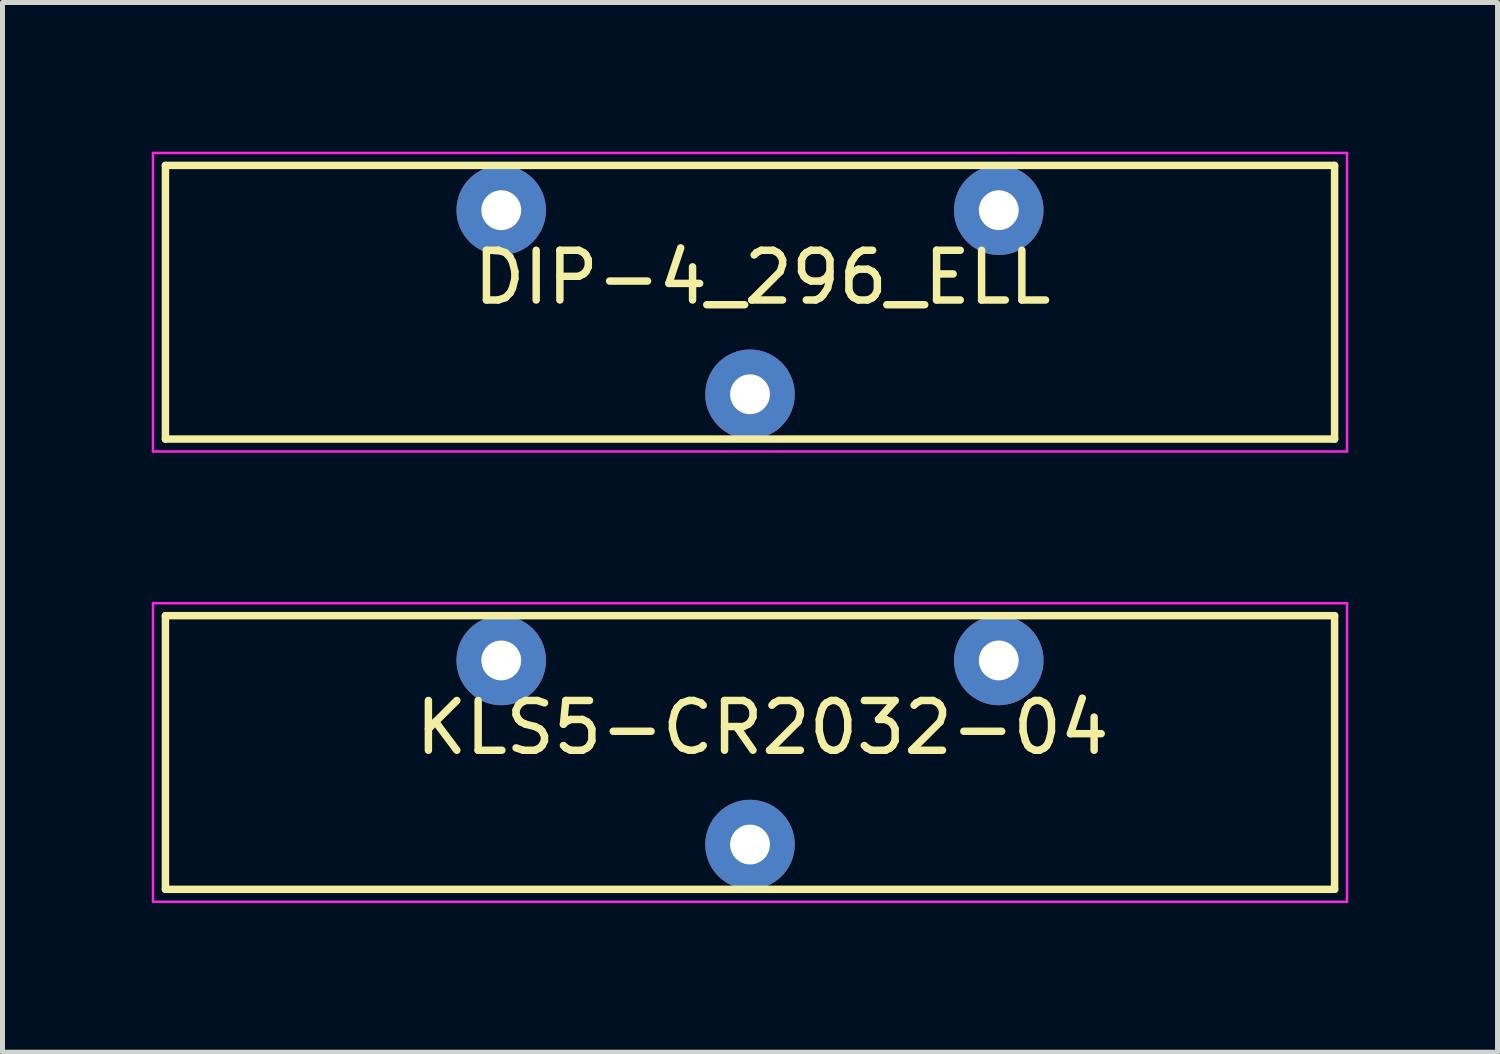
<source format=kicad_pcb>
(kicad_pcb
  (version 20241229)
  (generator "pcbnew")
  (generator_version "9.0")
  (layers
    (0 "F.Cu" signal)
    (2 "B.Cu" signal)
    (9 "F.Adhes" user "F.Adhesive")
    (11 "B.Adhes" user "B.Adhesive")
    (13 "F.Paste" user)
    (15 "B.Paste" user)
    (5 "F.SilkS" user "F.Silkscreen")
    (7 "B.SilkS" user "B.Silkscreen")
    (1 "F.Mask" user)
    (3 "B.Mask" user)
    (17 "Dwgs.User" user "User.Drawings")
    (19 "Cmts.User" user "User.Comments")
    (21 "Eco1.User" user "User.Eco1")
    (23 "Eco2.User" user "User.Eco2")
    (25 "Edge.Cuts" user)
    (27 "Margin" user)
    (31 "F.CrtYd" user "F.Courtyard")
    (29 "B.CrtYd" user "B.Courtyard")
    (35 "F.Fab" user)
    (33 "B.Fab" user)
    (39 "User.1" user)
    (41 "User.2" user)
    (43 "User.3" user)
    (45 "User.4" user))
  (footprint "DIP-4_296_ELL"
    (layer "F.Cu")
    (at 12.025 3.025)
    (property "Reference" "DIP-4_296_ELL" (at 0.25 -0.5 180) (layer "F.SilkS") (effects (font (size 1 1) (thickness 0.15))))
    (attr through_hole)
    (fp_line (start -11.75 -2.75) (end -11.75 2.75) (stroke (width 0.15) (type solid)) (layer "F.SilkS"))
    (fp_line (start -11.75 2.75) (end 11.75 2.75) (stroke (width 0.15) (type solid)) (layer "F.SilkS"))
    (fp_line (start 11.75 -2.75) (end -11.75 -2.75) (stroke (width 0.15) (type solid)) (layer "F.SilkS"))
    (fp_line (start 11.75 2.75) (end 11.75 -2.75) (stroke (width 0.15) (type solid)) (layer "F.SilkS"))
    (fp_line (start -12 -3) (end 12 -3) (stroke (width 0.05) (type solid)) (layer "F.CrtYd"))
    (fp_line (start -12 3) (end -12 -3) (stroke (width 0.05) (type solid)) (layer "F.CrtYd"))
    (fp_line (start 12 -3) (end 12 3) (stroke (width 0.05) (type solid)) (layer "F.CrtYd"))
    (fp_line (start 12 3) (end -12 3) (stroke (width 0.05) (type solid)) (layer "F.CrtYd"))
    (pad "1" thru_hole circle (at -5 -1.85) (size 1.8 1.8) (drill 0.8) (layers "*.Cu" "*.Mask"))
    (pad "1" thru_hole circle (at 5 -1.85) (size 1.8 1.8) (drill 0.8) (layers "*.Cu" "*.Mask"))
    (pad "2" thru_hole circle (at 0 1.85) (size 1.8 1.8) (drill 0.8) (layers "*.Cu" "*.Mask")))
  (footprint "KLS5-CR2032-04"
    (layer "F.Cu")
    (at 12.025 12.075)
    (property "Reference" "KLS5-CR2032-04" (at 0.25 -0.5 180) (layer "F.SilkS") (effects (font (size 1 1) (thickness 0.15))))
    (attr through_hole)
    (fp_line (start -11.75 -2.75) (end -11.75 2.75) (stroke (width 0.15) (type solid)) (layer "F.SilkS"))
    (fp_line (start -11.75 2.75) (end 11.75 2.75) (stroke (width 0.15) (type solid)) (layer "F.SilkS"))
    (fp_line (start 11.75 -2.75) (end -11.75 -2.75) (stroke (width 0.15) (type solid)) (layer "F.SilkS"))
    (fp_line (start 11.75 2.75) (end 11.75 -2.75) (stroke (width 0.15) (type solid)) (layer "F.SilkS"))
    (fp_line (start -12 -3) (end 12 -3) (stroke (width 0.05) (type solid)) (layer "F.CrtYd"))
    (fp_line (start -12 3) (end -12 -3) (stroke (width 0.05) (type solid)) (layer "F.CrtYd"))
    (fp_line (start 12 -3) (end 12 3) (stroke (width 0.05) (type solid)) (layer "F.CrtYd"))
    (fp_line (start 12 3) (end -12 3) (stroke (width 0.05) (type solid)) (layer "F.CrtYd"))
    (pad "1" thru_hole circle (at -5 -1.85) (size 1.8 1.8) (drill 0.8) (layers "*.Cu" "*.Mask"))
    (pad "1" thru_hole circle (at 5 -1.85) (size 1.8 1.8) (drill 0.8) (layers "*.Cu" "*.Mask"))
    (pad "2" thru_hole circle (at 0 1.85) (size 1.8 1.8) (drill 0.8) (layers "*.Cu" "*.Mask")))
  (gr_rect
    (start -3 -3)
    (end 27.05 18.1)
    (stroke (width 0.1) (type default))
    (fill no)
    (layer "Edge.Cuts")))
</source>
